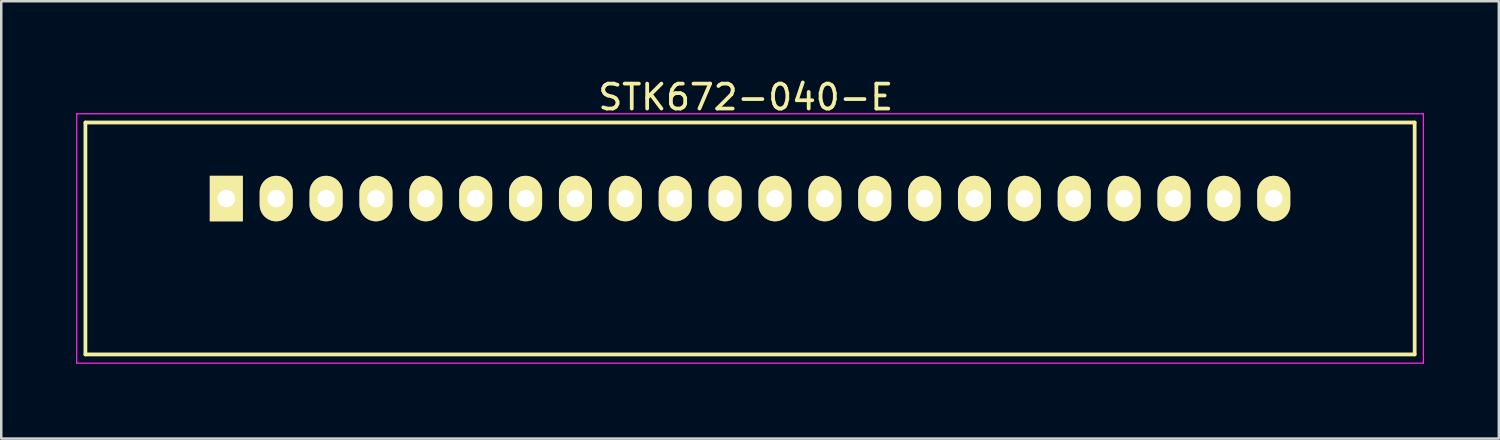
<source format=kicad_pcb>
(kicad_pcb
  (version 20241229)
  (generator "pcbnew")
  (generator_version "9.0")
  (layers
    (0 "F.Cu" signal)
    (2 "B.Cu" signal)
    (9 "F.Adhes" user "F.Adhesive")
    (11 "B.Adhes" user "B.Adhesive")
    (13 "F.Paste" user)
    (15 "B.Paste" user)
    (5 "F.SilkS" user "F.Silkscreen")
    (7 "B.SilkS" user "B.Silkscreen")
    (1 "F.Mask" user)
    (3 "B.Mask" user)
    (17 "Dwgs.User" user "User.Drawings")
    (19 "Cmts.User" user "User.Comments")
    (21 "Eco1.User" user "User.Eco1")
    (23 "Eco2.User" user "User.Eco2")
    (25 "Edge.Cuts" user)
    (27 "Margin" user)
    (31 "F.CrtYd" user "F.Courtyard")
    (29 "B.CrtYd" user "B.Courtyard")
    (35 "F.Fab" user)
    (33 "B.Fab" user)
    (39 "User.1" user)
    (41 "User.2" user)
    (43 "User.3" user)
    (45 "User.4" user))
  (footprint "STK672-040-E"
    (layer "F.Cu")
    (at 6.025 4.912)
    (property "Reference" "STK672-040-E" (at 20.828 -4.064 0) (layer "F.SilkS") (effects (font (size 1 1) (thickness 0.15))))
    (attr through_hole)
    (fp_line (start -5.65 -3.05) (end 47.65 -3.05) (stroke (width 0.15) (type solid)) (layer "F.SilkS"))
    (fp_line (start -5.65 6.25) (end -5.65 -3.05) (stroke (width 0.15) (type solid)) (layer "F.SilkS"))
    (fp_line (start 47.65 -3.05) (end 47.65 6.25) (stroke (width 0.15) (type solid)) (layer "F.SilkS"))
    (fp_line (start 47.65 6.25) (end -5.65 6.25) (stroke (width 0.15) (type solid)) (layer "F.SilkS"))
    (fp_line (start -6 -3.4) (end 48 -3.4) (stroke (width 0.05) (type solid)) (layer "F.CrtYd"))
    (fp_line (start -6 6.6) (end -6 -3.4) (stroke (width 0.05) (type solid)) (layer "F.CrtYd"))
    (fp_line (start 48 -3.4) (end 48 6.6) (stroke (width 0.05) (type solid)) (layer "F.CrtYd"))
    (fp_line (start 48 6.6) (end -6 6.6) (stroke (width 0.05) (type solid)) (layer "F.CrtYd"))
    (pad "1" thru_hole rect (at 0 0) (size 1.324 1.824) (drill 0.7) (layers "*.Cu" "*.Mask" "F.SilkS"))
    (pad "2" thru_hole oval (at 2 0) (size 1.324 1.824) (drill 0.7) (layers "*.Cu" "*.Mask" "F.SilkS"))
    (pad "3" thru_hole oval (at 4 0) (size 1.324 1.824) (drill 0.7) (layers "*.Cu" "*.Mask" "F.SilkS"))
    (pad "4" thru_hole oval (at 6 0) (size 1.324 1.824) (drill 0.7) (layers "*.Cu" "*.Mask" "F.SilkS"))
    (pad "5" thru_hole oval (at 8 0) (size 1.324 1.824) (drill 0.7) (layers "*.Cu" "*.Mask" "F.SilkS"))
    (pad "6" thru_hole oval (at 10 0) (size 1.324 1.824) (drill 0.7) (layers "*.Cu" "*.Mask" "F.SilkS"))
    (pad "7" thru_hole oval (at 12 0) (size 1.324 1.824) (drill 0.7) (layers "*.Cu" "*.Mask" "F.SilkS"))
    (pad "8" thru_hole oval (at 14 0) (size 1.324 1.824) (drill 0.7) (layers "*.Cu" "*.Mask" "F.SilkS"))
    (pad "9" thru_hole oval (at 16 0) (size 1.324 1.824) (drill 0.7) (layers "*.Cu" "*.Mask" "F.SilkS"))
    (pad "10" thru_hole oval (at 18 0) (size 1.324 1.824) (drill 0.7) (layers "*.Cu" "*.Mask" "F.SilkS"))
    (pad "11" thru_hole oval (at 20 0) (size 1.324 1.824) (drill 0.7) (layers "*.Cu" "*.Mask" "F.SilkS"))
    (pad "12" thru_hole oval (at 22 0) (size 1.324 1.824) (drill 0.7) (layers "*.Cu" "*.Mask" "F.SilkS"))
    (pad "13" thru_hole oval (at 24 0) (size 1.324 1.824) (drill 0.7) (layers "*.Cu" "*.Mask" "F.SilkS"))
    (pad "14" thru_hole oval (at 26 0) (size 1.324 1.824) (drill 0.7) (layers "*.Cu" "*.Mask" "F.SilkS"))
    (pad "15" thru_hole oval (at 28 0) (size 1.324 1.824) (drill 0.7) (layers "*.Cu" "*.Mask" "F.SilkS"))
    (pad "16" thru_hole oval (at 30 0) (size 1.324 1.824) (drill 0.7) (layers "*.Cu" "*.Mask" "F.SilkS"))
    (pad "17" thru_hole oval (at 32 0) (size 1.324 1.824) (drill 0.7) (layers "*.Cu" "*.Mask" "F.SilkS"))
    (pad "18" thru_hole oval (at 34 0) (size 1.324 1.824) (drill 0.7) (layers "*.Cu" "*.Mask" "F.SilkS"))
    (pad "19" thru_hole oval (at 36 0) (size 1.324 1.824) (drill 0.7) (layers "*.Cu" "*.Mask" "F.SilkS"))
    (pad "20" thru_hole oval (at 38 0) (size 1.324 1.824) (drill 0.7) (layers "*.Cu" "*.Mask" "F.SilkS"))
    (pad "21" thru_hole oval (at 40 0) (size 1.324 1.824) (drill 0.7) (layers "*.Cu" "*.Mask" "F.SilkS"))
    (pad "22" thru_hole oval (at 42 0) (size 1.324 1.824) (drill 0.7) (layers "*.Cu" "*.Mask" "F.SilkS")))
  (gr_rect
    (start -3 -3)
    (end 57.05 14.537)
    (stroke (width 0.1) (type default))
    (fill no)
    (layer "Edge.Cuts")))
</source>
